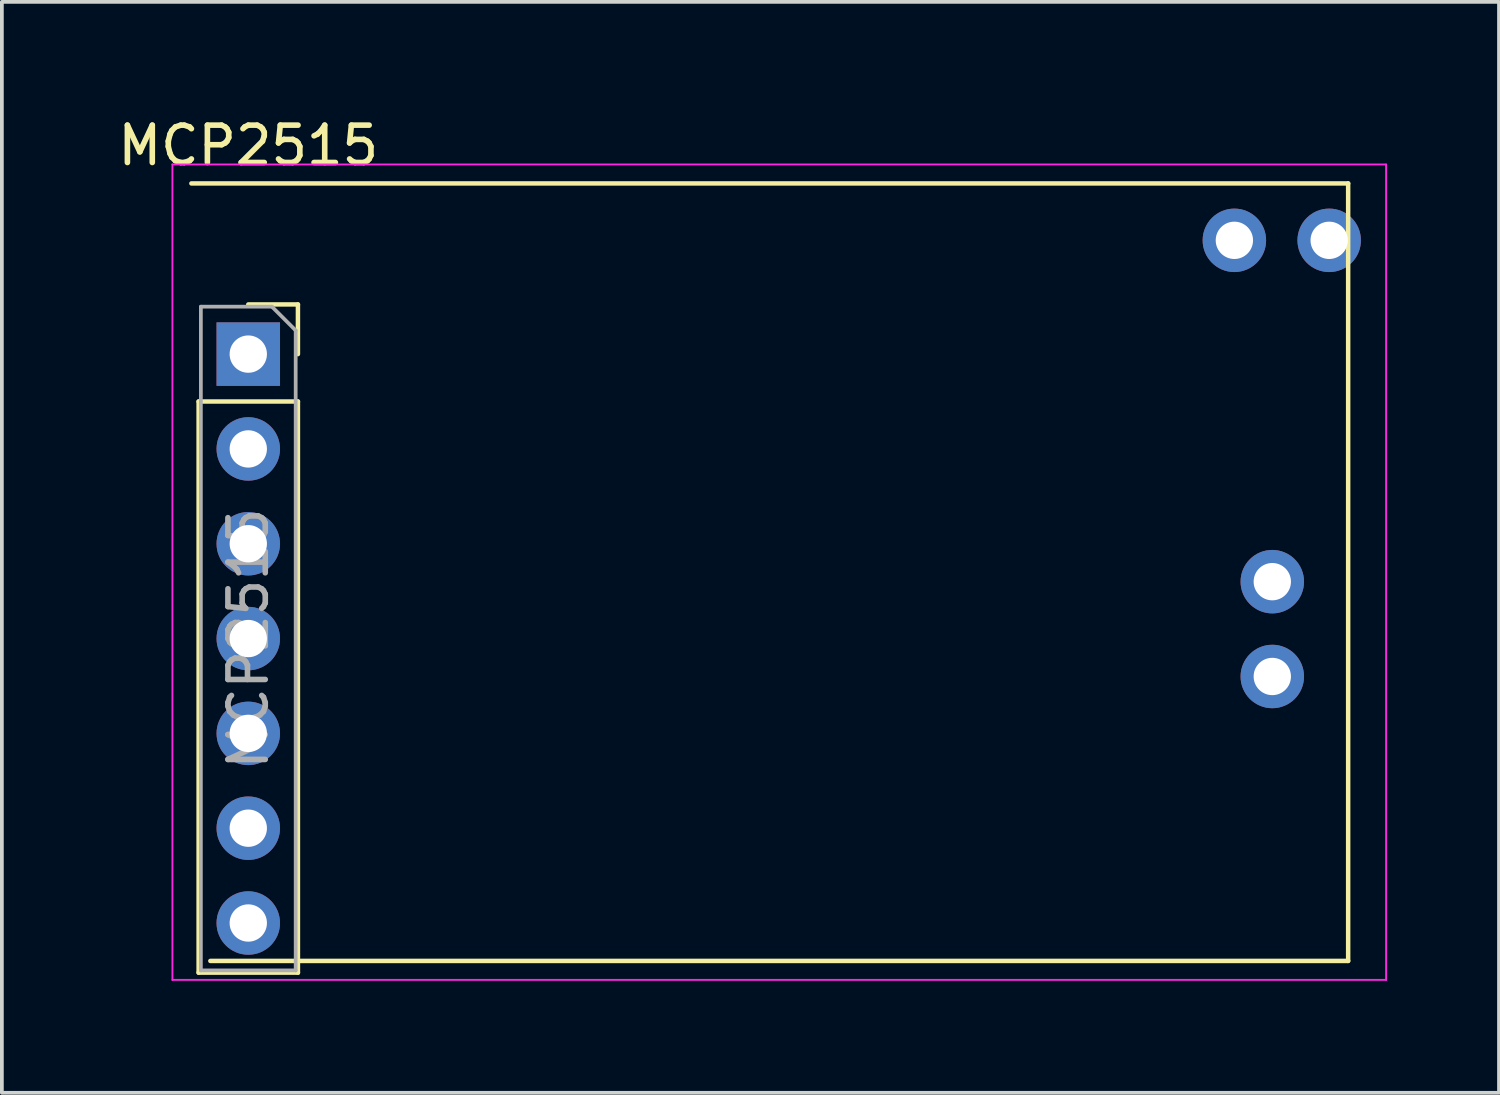
<source format=kicad_pcb>
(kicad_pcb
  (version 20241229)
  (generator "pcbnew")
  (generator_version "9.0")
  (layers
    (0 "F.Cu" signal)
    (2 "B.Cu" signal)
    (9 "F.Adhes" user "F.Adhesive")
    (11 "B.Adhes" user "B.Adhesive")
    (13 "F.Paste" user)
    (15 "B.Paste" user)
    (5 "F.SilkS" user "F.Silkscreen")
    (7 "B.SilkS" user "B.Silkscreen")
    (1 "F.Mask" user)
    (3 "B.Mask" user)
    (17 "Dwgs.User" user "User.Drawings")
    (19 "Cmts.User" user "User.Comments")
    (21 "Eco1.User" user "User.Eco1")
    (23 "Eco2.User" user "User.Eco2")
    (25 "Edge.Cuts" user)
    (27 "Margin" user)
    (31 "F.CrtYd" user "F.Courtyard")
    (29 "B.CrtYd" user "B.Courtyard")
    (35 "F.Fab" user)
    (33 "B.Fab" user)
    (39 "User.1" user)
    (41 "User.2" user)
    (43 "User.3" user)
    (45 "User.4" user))
  (footprint "MCP2515"
    (layer "F.Cu")
    (at 3.601 6.436)
    (property "Reference" "MCP2515" (at 0 -5.588 0) (layer "F.SilkS") (effects (font (size 1 1) (thickness 0.15))))
    (attr through_hole)
    (fp_line (start -1.524 -4.572) (end 29.464 -4.572) (stroke (width 0.12) (type solid)) (layer "F.SilkS"))
    (fp_line (start -1.33 1.27) (end -1.33 16.57) (stroke (width 0.12) (type solid)) (layer "F.SilkS"))
    (fp_line (start -1.33 1.27) (end 1.33 1.27) (stroke (width 0.12) (type solid)) (layer "F.SilkS"))
    (fp_line (start -1.33 16.57) (end 1.33 16.57) (stroke (width 0.12) (type solid)) (layer "F.SilkS"))
    (fp_line (start 0 -1.33) (end 1.33 -1.33) (stroke (width 0.12) (type solid)) (layer "F.SilkS"))
    (fp_line (start 1.33 -1.33) (end 1.33 0) (stroke (width 0.12) (type solid)) (layer "F.SilkS"))
    (fp_line (start 1.33 1.27) (end 1.33 16.57) (stroke (width 0.12) (type solid)) (layer "F.SilkS"))
    (fp_line (start 29.464 -4.572) (end 29.464 16.256) (stroke (width 0.12) (type solid)) (layer "F.SilkS"))
    (fp_line (start 29.464 16.256) (end -1.016 16.256) (stroke (width 0.12) (type solid)) (layer "F.SilkS"))
    (fp_line (start -2.032 -5.08) (end 30.48 -5.08) (stroke (width 0.05) (type solid)) (layer "F.CrtYd"))
    (fp_line (start -2.032 16.764) (end -2.032 -5.08) (stroke (width 0.05) (type solid)) (layer "F.CrtYd"))
    (fp_line (start 30.48 -5.08) (end 30.48 16.764) (stroke (width 0.05) (type solid)) (layer "F.CrtYd"))
    (fp_line (start 30.48 16.764) (end -2.032 16.764) (stroke (width 0.05) (type solid)) (layer "F.CrtYd"))
    (fp_line (start -1.27 -1.27) (end 0.635 -1.27) (stroke (width 0.1) (type solid)) (layer "F.Fab"))
    (fp_line (start -1.27 16.51) (end -1.27 -1.27) (stroke (width 0.1) (type solid)) (layer "F.Fab"))
    (fp_line (start 0.635 -1.27) (end 1.27 -0.635) (stroke (width 0.1) (type solid)) (layer "F.Fab"))
    (fp_line (start 1.27 -0.635) (end 1.27 16.51) (stroke (width 0.1) (type solid)) (layer "F.Fab"))
    (fp_line (start 1.27 16.51) (end -1.27 16.51) (stroke (width 0.1) (type solid)) (layer "F.Fab"))
    (fp_text user "${REFERENCE}" (at 0 7.62 90) (layer "F.Fab") (effects (font (size 1 1) (thickness 0.15))))
    (pad "1" thru_hole oval (at 0 15.24) (size 1.7 1.7) (drill 1) (layers "*.Cu" "*.Mask"))
    (pad "2" thru_hole oval (at 0 12.7) (size 1.7 1.7) (drill 1) (layers "*.Cu" "*.Mask"))
    (pad "3" thru_hole oval (at 0 10.16) (size 1.7 1.7) (drill 1) (layers "*.Cu" "*.Mask"))
    (pad "4" thru_hole oval (at 0 7.62) (size 1.7 1.7) (drill 1) (layers "*.Cu" "*.Mask"))
    (pad "5" thru_hole oval (at 0 5.08) (size 1.7 1.7) (drill 1) (layers "*.Cu" "*.Mask"))
    (pad "6" thru_hole oval (at 0 2.54) (size 1.7 1.7) (drill 1) (layers "*.Cu" "*.Mask"))
    (pad "7" thru_hole rect (at 0 0) (size 1.7 1.7) (drill 1) (layers "*.Cu" "*.Mask"))
    (pad "8" thru_hole oval (at 27.432 8.636) (size 1.7 1.7) (drill 1) (layers "*.Cu" "*.Mask"))
    (pad "9" thru_hole oval (at 27.432 6.096) (size 1.7 1.7) (drill 1) (layers "*.Cu" "*.Mask"))
    (pad "10" thru_hole oval (at 28.956 -3.048 90) (size 1.7 1.7) (drill 1) (layers "*.Cu" "*.Mask"))
    (pad "11" thru_hole oval (at 26.416 -3.048 90) (size 1.7 1.7) (drill 1) (layers "*.Cu" "*.Mask")))
  (gr_rect
    (start -3 -3)
    (end 37.106 26.225)
    (stroke (width 0.1) (type default))
    (fill no)
    (layer "Edge.Cuts")))
</source>
